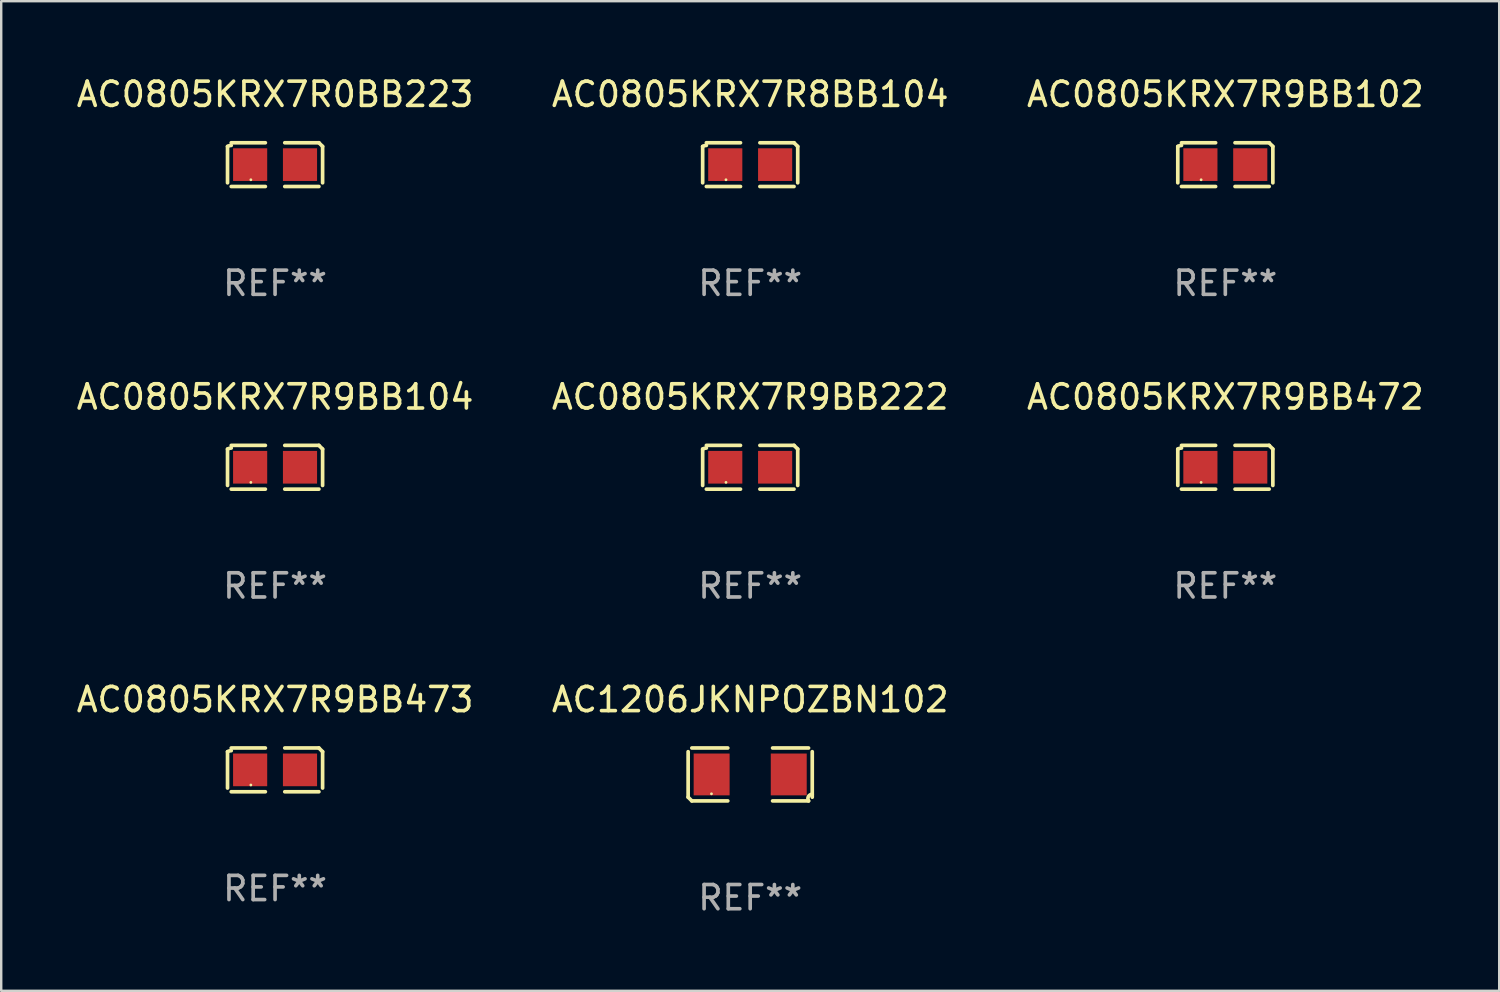
<source format=kicad_pcb>
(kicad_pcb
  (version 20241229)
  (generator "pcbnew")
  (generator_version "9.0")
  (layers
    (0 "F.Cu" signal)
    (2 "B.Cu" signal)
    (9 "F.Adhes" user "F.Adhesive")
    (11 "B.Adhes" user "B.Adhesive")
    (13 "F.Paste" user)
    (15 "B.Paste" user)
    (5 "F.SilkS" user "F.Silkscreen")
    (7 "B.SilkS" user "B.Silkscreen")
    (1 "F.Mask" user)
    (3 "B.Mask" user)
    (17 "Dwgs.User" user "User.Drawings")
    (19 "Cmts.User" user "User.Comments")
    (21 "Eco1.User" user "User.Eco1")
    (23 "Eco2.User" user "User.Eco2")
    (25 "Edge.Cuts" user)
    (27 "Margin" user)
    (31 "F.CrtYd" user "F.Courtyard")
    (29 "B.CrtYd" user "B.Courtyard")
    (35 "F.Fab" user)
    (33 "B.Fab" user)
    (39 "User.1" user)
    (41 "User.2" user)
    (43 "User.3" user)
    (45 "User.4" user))
  (footprint "AC0805KRX7R9BB104"
    (layer "F.Cu")
    (at 8.315 16.256)
    (property "Reference" "AC0805KRX7R9BB104" (at 0 -2.904 0) (layer "F.SilkS") (effects (font (size 1 1) (thickness 0.15))))
    (attr through_hole)
    (fp_line (start -1.964 0.751) (end -1.964 -0.751) (stroke (width 0.152) (type solid)) (layer "F.SilkS"))
    (fp_line (start -1.811 -0.904) (end -0.401 -0.904) (stroke (width 0.152) (type solid)) (layer "F.SilkS"))
    (fp_line (start -0.401 0.904) (end -1.811 0.904) (stroke (width 0.152) (type solid)) (layer "F.SilkS"))
    (fp_line (start 0.401 0.904) (end 1.811 0.904) (stroke (width 0.152) (type solid)) (layer "F.SilkS"))
    (fp_line (start 1.811 -0.904) (end 0.401 -0.904) (stroke (width 0.152) (type solid)) (layer "F.SilkS"))
    (fp_line (start 1.964 0.751) (end 1.964 -0.751) (stroke (width 0.152) (type solid)) (layer "F.SilkS"))
    (fp_arc (start -1.963602 -0.751207) (mid -1.890354 -0.783131) (end -1.811201 -0.794044) (stroke (width 0.1524) (type solid)) (layer "F.SilkS"))
    (fp_arc (start 1.811202 -0.903607) (mid 1.887413 -0.827418) (end 1.963602 -0.751207) (stroke (width 0.1524) (type solid)) (layer "F.SilkS"))
    (fp_circle (center -1 0.625) (end -0.97 0.625) (stroke (width 0.06) (type solid)) (fill no) (layer "F.SilkS"))
    (fp_text user "REF**" (at 0 4.904 0) (layer "F.Fab") (effects (font (size 1 1) (thickness 0.15))))
    (pad "1" smd rect (at -1.03 0) (size 1.41 1.35) (layers "F.Cu" "F.Mask" "F.Paste"))
    (pad "2" smd rect (at 1.03 0) (size 1.41 1.35) (layers "F.Cu" "F.Mask" "F.Paste")))
  (footprint "AC0805KRX7R9BB222"
    (layer "F.Cu")
    (at 27.946 16.256)
    (property "Reference" "AC0805KRX7R9BB222" (at 0 -2.904 0) (layer "F.SilkS") (effects (font (size 1 1) (thickness 0.15))))
    (attr through_hole)
    (fp_line (start -1.964 0.751) (end -1.964 -0.751) (stroke (width 0.152) (type solid)) (layer "F.SilkS"))
    (fp_line (start -1.811 -0.904) (end -0.401 -0.904) (stroke (width 0.152) (type solid)) (layer "F.SilkS"))
    (fp_line (start -0.401 0.904) (end -1.811 0.904) (stroke (width 0.152) (type solid)) (layer "F.SilkS"))
    (fp_line (start 0.401 0.904) (end 1.811 0.904) (stroke (width 0.152) (type solid)) (layer "F.SilkS"))
    (fp_line (start 1.811 -0.904) (end 0.401 -0.904) (stroke (width 0.152) (type solid)) (layer "F.SilkS"))
    (fp_line (start 1.964 0.751) (end 1.964 -0.751) (stroke (width 0.152) (type solid)) (layer "F.SilkS"))
    (fp_arc (start -1.963602 -0.751207) (mid -1.890354 -0.783131) (end -1.811201 -0.794044) (stroke (width 0.1524) (type solid)) (layer "F.SilkS"))
    (fp_arc (start 1.811202 -0.903607) (mid 1.887413 -0.827418) (end 1.963602 -0.751207) (stroke (width 0.1524) (type solid)) (layer "F.SilkS"))
    (fp_circle (center -1 0.625) (end -0.97 0.625) (stroke (width 0.06) (type solid)) (fill no) (layer "F.SilkS"))
    (fp_text user "REF**" (at 0 4.904 0) (layer "F.Fab") (effects (font (size 1 1) (thickness 0.15))))
    (pad "1" smd rect (at -1.03 0) (size 1.41 1.35) (layers "F.Cu" "F.Mask" "F.Paste"))
    (pad "2" smd rect (at 1.03 0) (size 1.41 1.35) (layers "F.Cu" "F.Mask" "F.Paste")))
  (footprint "AC0805KRX7R9BB472"
    (layer "F.Cu")
    (at 47.577 16.256)
    (property "Reference" "AC0805KRX7R9BB472" (at 0 -2.904 0) (layer "F.SilkS") (effects (font (size 1 1) (thickness 0.15))))
    (attr through_hole)
    (fp_line (start -1.964 0.751) (end -1.964 -0.751) (stroke (width 0.152) (type solid)) (layer "F.SilkS"))
    (fp_line (start -1.811 -0.904) (end -0.401 -0.904) (stroke (width 0.152) (type solid)) (layer "F.SilkS"))
    (fp_line (start -0.401 0.904) (end -1.811 0.904) (stroke (width 0.152) (type solid)) (layer "F.SilkS"))
    (fp_line (start 0.401 0.904) (end 1.811 0.904) (stroke (width 0.152) (type solid)) (layer "F.SilkS"))
    (fp_line (start 1.811 -0.904) (end 0.401 -0.904) (stroke (width 0.152) (type solid)) (layer "F.SilkS"))
    (fp_line (start 1.964 0.751) (end 1.964 -0.751) (stroke (width 0.152) (type solid)) (layer "F.SilkS"))
    (fp_arc (start -1.963602 -0.751207) (mid -1.890354 -0.783131) (end -1.811201 -0.794044) (stroke (width 0.1524) (type solid)) (layer "F.SilkS"))
    (fp_arc (start 1.811202 -0.903607) (mid 1.887413 -0.827418) (end 1.963602 -0.751207) (stroke (width 0.1524) (type solid)) (layer "F.SilkS"))
    (fp_circle (center -1 0.625) (end -0.97 0.625) (stroke (width 0.06) (type solid)) (fill no) (layer "F.SilkS"))
    (fp_text user "REF**" (at 0 4.904 0) (layer "F.Fab") (effects (font (size 1 1) (thickness 0.15))))
    (pad "1" smd rect (at -1.03 0) (size 1.41 1.35) (layers "F.Cu" "F.Mask" "F.Paste"))
    (pad "2" smd rect (at 1.03 0) (size 1.41 1.35) (layers "F.Cu" "F.Mask" "F.Paste")))
  (footprint "AC0805KRX7R9BB102"
    (layer "F.Cu")
    (at 47.577 3.752)
    (property "Reference" "AC0805KRX7R9BB102" (at 0 -2.904 0) (layer "F.SilkS") (effects (font (size 1 1) (thickness 0.15))))
    (attr through_hole)
    (fp_line (start -1.964 0.751) (end -1.964 -0.751) (stroke (width 0.152) (type solid)) (layer "F.SilkS"))
    (fp_line (start -1.811 -0.904) (end -0.401 -0.904) (stroke (width 0.152) (type solid)) (layer "F.SilkS"))
    (fp_line (start -0.401 0.904) (end -1.811 0.904) (stroke (width 0.152) (type solid)) (layer "F.SilkS"))
    (fp_line (start 0.401 0.904) (end 1.811 0.904) (stroke (width 0.152) (type solid)) (layer "F.SilkS"))
    (fp_line (start 1.811 -0.904) (end 0.401 -0.904) (stroke (width 0.152) (type solid)) (layer "F.SilkS"))
    (fp_line (start 1.964 0.751) (end 1.964 -0.751) (stroke (width 0.152) (type solid)) (layer "F.SilkS"))
    (fp_arc (start -1.963602 -0.751207) (mid -1.890354 -0.783131) (end -1.811201 -0.794044) (stroke (width 0.1524) (type solid)) (layer "F.SilkS"))
    (fp_arc (start 1.811202 -0.903607) (mid 1.887413 -0.827418) (end 1.963602 -0.751207) (stroke (width 0.1524) (type solid)) (layer "F.SilkS"))
    (fp_circle (center -1 0.625) (end -0.97 0.625) (stroke (width 0.06) (type solid)) (fill no) (layer "F.SilkS"))
    (fp_text user "REF**" (at 0 4.904 0) (layer "F.Fab") (effects (font (size 1 1) (thickness 0.15))))
    (pad "1" smd rect (at -1.03 0) (size 1.41 1.35) (layers "F.Cu" "F.Mask" "F.Paste"))
    (pad "2" smd rect (at 1.03 0) (size 1.41 1.35) (layers "F.Cu" "F.Mask" "F.Paste")))
  (footprint "AC0805KRX7R9BB473"
    (layer "F.Cu")
    (at 8.315 28.759)
    (property "Reference" "AC0805KRX7R9BB473" (at 0 -2.904 0) (layer "F.SilkS") (effects (font (size 1 1) (thickness 0.15))))
    (attr through_hole)
    (fp_line (start -1.964 0.751) (end -1.964 -0.751) (stroke (width 0.152) (type solid)) (layer "F.SilkS"))
    (fp_line (start -1.811 -0.904) (end -0.401 -0.904) (stroke (width 0.152) (type solid)) (layer "F.SilkS"))
    (fp_line (start -0.401 0.904) (end -1.811 0.904) (stroke (width 0.152) (type solid)) (layer "F.SilkS"))
    (fp_line (start 0.401 0.904) (end 1.811 0.904) (stroke (width 0.152) (type solid)) (layer "F.SilkS"))
    (fp_line (start 1.811 -0.904) (end 0.401 -0.904) (stroke (width 0.152) (type solid)) (layer "F.SilkS"))
    (fp_line (start 1.964 0.751) (end 1.964 -0.751) (stroke (width 0.152) (type solid)) (layer "F.SilkS"))
    (fp_arc (start -1.963602 -0.751207) (mid -1.890354 -0.783131) (end -1.811201 -0.794044) (stroke (width 0.1524) (type solid)) (layer "F.SilkS"))
    (fp_arc (start 1.811202 -0.903607) (mid 1.887413 -0.827418) (end 1.963602 -0.751207) (stroke (width 0.1524) (type solid)) (layer "F.SilkS"))
    (fp_circle (center -1 0.625) (end -0.97 0.625) (stroke (width 0.06) (type solid)) (fill no) (layer "F.SilkS"))
    (fp_text user "REF**" (at 0 4.904 0) (layer "F.Fab") (effects (font (size 1 1) (thickness 0.15))))
    (pad "1" smd rect (at -1.03 0) (size 1.41 1.35) (layers "F.Cu" "F.Mask" "F.Paste"))
    (pad "2" smd rect (at 1.03 0) (size 1.41 1.35) (layers "F.Cu" "F.Mask" "F.Paste")))
  (footprint "AC1206JKNPOZBN102"
    (layer "F.Cu")
    (at 27.946 28.948)
    (property "Reference" "AC1206JKNPOZBN102" (at 0 -3.093 0) (layer "F.SilkS") (effects (font (size 1 1) (thickness 0.15))))
    (attr through_hole)
    (fp_line (start -2.564 0.94) (end -2.564 -0.94) (stroke (width 0.152) (type solid)) (layer "F.SilkS"))
    (fp_line (start -2.411 -1.093) (end -0.926 -1.093) (stroke (width 0.152) (type solid)) (layer "F.SilkS"))
    (fp_line (start -0.926 1.093) (end -2.411 1.093) (stroke (width 0.152) (type solid)) (layer "F.SilkS"))
    (fp_line (start 0.926 1.093) (end 2.411 1.093) (stroke (width 0.152) (type solid)) (layer "F.SilkS"))
    (fp_line (start 2.411 -1.093) (end 0.926 -1.093) (stroke (width 0.152) (type solid)) (layer "F.SilkS"))
    (fp_line (start 2.564 0.94) (end 2.564 -0.94) (stroke (width 0.152) (type solid)) (layer "F.SilkS"))
    (fp_arc (start -2.411201 1.092609) (mid -2.487413 1.01642) (end -2.563602 0.940208) (stroke (width 0.1524) (type solid)) (layer "F.SilkS"))
    (fp_arc (start 2.411201 1.092609) (mid 2.407159 0.911226) (end 2.563602 0.819347) (stroke (width 0.1524) (type solid)) (layer "F.SilkS"))
    (fp_circle (center -1.6 0.8) (end -1.57 0.8) (stroke (width 0.06) (type solid)) (fill no) (layer "F.SilkS"))
    (fp_text user "REF**" (at 0 5.093 0) (layer "F.Fab") (effects (font (size 1 1) (thickness 0.15))))
    (pad "1" smd rect (at -1.593 0) (size 1.485 1.728) (layers "F.Cu" "F.Mask" "F.Paste"))
    (pad "2" smd rect (at 1.593 0) (size 1.485 1.728) (layers "F.Cu" "F.Mask" "F.Paste")))
  (footprint "AC0805KRX7R0BB223"
    (layer "F.Cu")
    (at 8.315 3.752)
    (property "Reference" "AC0805KRX7R0BB223" (at 0 -2.904 0) (layer "F.SilkS") (effects (font (size 1 1) (thickness 0.15))))
    (attr through_hole)
    (fp_line (start -1.964 0.751) (end -1.964 -0.751) (stroke (width 0.152) (type solid)) (layer "F.SilkS"))
    (fp_line (start -1.811 -0.904) (end -0.401 -0.904) (stroke (width 0.152) (type solid)) (layer "F.SilkS"))
    (fp_line (start -0.401 0.904) (end -1.811 0.904) (stroke (width 0.152) (type solid)) (layer "F.SilkS"))
    (fp_line (start 0.401 0.904) (end 1.811 0.904) (stroke (width 0.152) (type solid)) (layer "F.SilkS"))
    (fp_line (start 1.811 -0.904) (end 0.401 -0.904) (stroke (width 0.152) (type solid)) (layer "F.SilkS"))
    (fp_line (start 1.964 0.751) (end 1.964 -0.751) (stroke (width 0.152) (type solid)) (layer "F.SilkS"))
    (fp_arc (start -1.963602 -0.751207) (mid -1.890354 -0.783131) (end -1.811201 -0.794044) (stroke (width 0.1524) (type solid)) (layer "F.SilkS"))
    (fp_arc (start 1.811202 -0.903607) (mid 1.887413 -0.827418) (end 1.963602 -0.751207) (stroke (width 0.1524) (type solid)) (layer "F.SilkS"))
    (fp_circle (center -1 0.625) (end -0.97 0.625) (stroke (width 0.06) (type solid)) (fill no) (layer "F.SilkS"))
    (fp_text user "REF**" (at 0 4.904 0) (layer "F.Fab") (effects (font (size 1 1) (thickness 0.15))))
    (pad "1" smd rect (at -1.03 0) (size 1.41 1.35) (layers "F.Cu" "F.Mask" "F.Paste"))
    (pad "2" smd rect (at 1.03 0) (size 1.41 1.35) (layers "F.Cu" "F.Mask" "F.Paste")))
  (footprint "AC0805KRX7R8BB104"
    (layer "F.Cu")
    (at 27.946 3.752)
    (property "Reference" "AC0805KRX7R8BB104" (at 0 -2.904 0) (layer "F.SilkS") (effects (font (size 1 1) (thickness 0.15))))
    (attr through_hole)
    (fp_line (start -1.964 0.751) (end -1.964 -0.751) (stroke (width 0.152) (type solid)) (layer "F.SilkS"))
    (fp_line (start -1.811 -0.904) (end -0.401 -0.904) (stroke (width 0.152) (type solid)) (layer "F.SilkS"))
    (fp_line (start -0.401 0.904) (end -1.811 0.904) (stroke (width 0.152) (type solid)) (layer "F.SilkS"))
    (fp_line (start 0.401 0.904) (end 1.811 0.904) (stroke (width 0.152) (type solid)) (layer "F.SilkS"))
    (fp_line (start 1.811 -0.904) (end 0.401 -0.904) (stroke (width 0.152) (type solid)) (layer "F.SilkS"))
    (fp_line (start 1.964 0.751) (end 1.964 -0.751) (stroke (width 0.152) (type solid)) (layer "F.SilkS"))
    (fp_arc (start -1.963602 -0.751207) (mid -1.890354 -0.783131) (end -1.811201 -0.794044) (stroke (width 0.1524) (type solid)) (layer "F.SilkS"))
    (fp_arc (start 1.811202 -0.903607) (mid 1.887413 -0.827418) (end 1.963602 -0.751207) (stroke (width 0.1524) (type solid)) (layer "F.SilkS"))
    (fp_circle (center -1 0.625) (end -0.97 0.625) (stroke (width 0.06) (type solid)) (fill no) (layer "F.SilkS"))
    (fp_text user "REF**" (at 0 4.904 0) (layer "F.Fab") (effects (font (size 1 1) (thickness 0.15))))
    (pad "1" smd rect (at -1.03 0) (size 1.41 1.35) (layers "F.Cu" "F.Mask" "F.Paste"))
    (pad "2" smd rect (at 1.03 0) (size 1.41 1.35) (layers "F.Cu" "F.Mask" "F.Paste")))
  (gr_rect
    (start -3 -3)
    (end 58.893 37.889)
    (stroke (width 0.1) (type default))
    (fill no)
    (layer "Edge.Cuts")))
</source>
